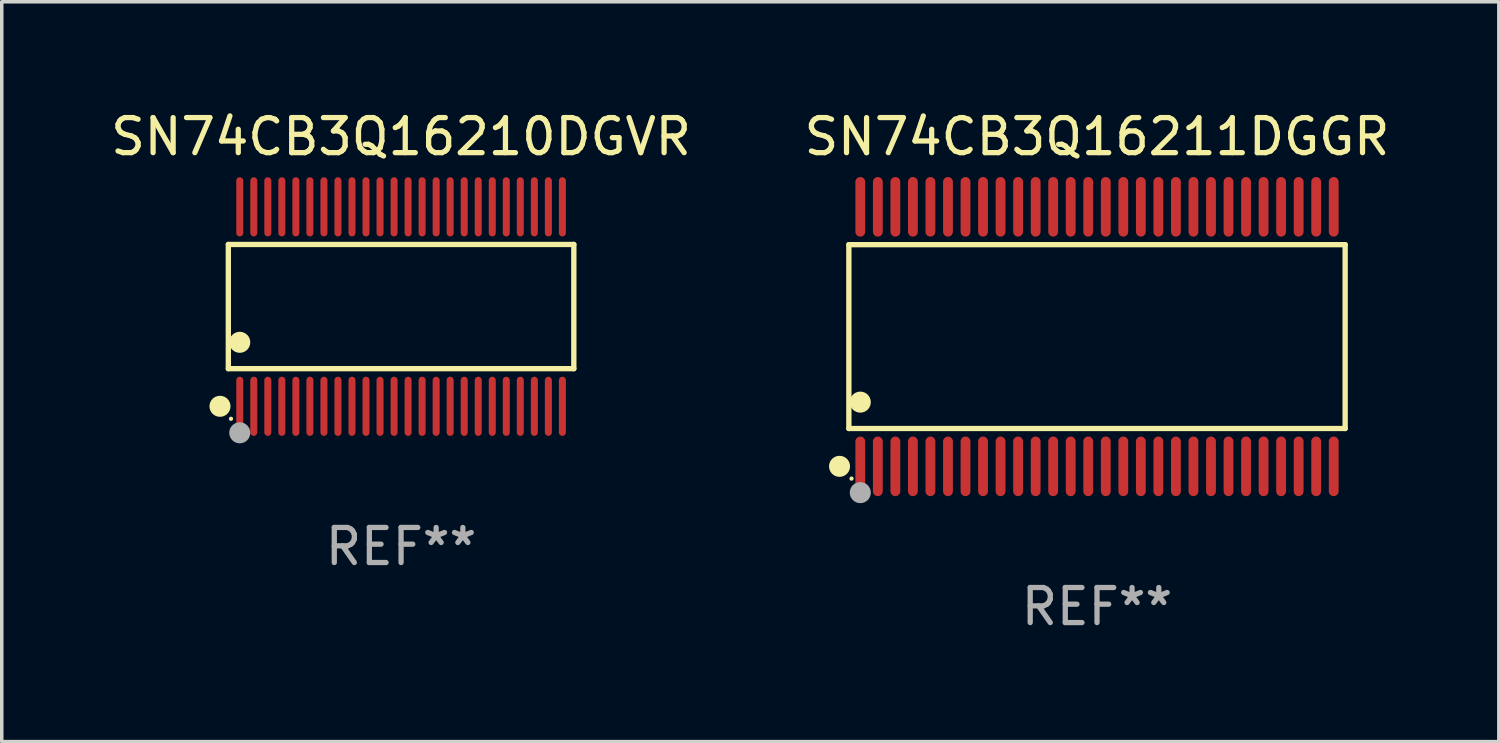
<source format=kicad_pcb>
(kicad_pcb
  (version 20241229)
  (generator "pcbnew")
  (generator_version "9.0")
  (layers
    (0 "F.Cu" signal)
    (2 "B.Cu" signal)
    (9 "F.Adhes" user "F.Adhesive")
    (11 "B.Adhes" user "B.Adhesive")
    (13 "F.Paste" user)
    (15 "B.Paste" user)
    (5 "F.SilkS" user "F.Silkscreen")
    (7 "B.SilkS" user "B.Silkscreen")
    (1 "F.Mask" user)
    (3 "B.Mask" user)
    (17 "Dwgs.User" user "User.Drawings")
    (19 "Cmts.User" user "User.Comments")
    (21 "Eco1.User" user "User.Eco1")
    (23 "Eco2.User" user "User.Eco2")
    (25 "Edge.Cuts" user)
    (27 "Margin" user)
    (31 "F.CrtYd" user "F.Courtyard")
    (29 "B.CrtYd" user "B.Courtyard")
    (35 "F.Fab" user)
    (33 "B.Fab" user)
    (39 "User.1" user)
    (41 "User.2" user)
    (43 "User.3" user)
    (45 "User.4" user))
  (footprint "SN74CB3Q16211DGGR"
    (layer "F.Cu")
    (at 28.232 6.548)
    (property "Reference" "SN74CB3Q16211DGGR" (at 0 -5.7 0) (layer "F.SilkS") (effects (font (size 1 1) (thickness 0.15))))
    (attr through_hole)
    (fp_line (start -7.076 -2.621) (end 7.076 -2.621) (stroke (width 0.152) (type solid)) (layer "F.SilkS"))
    (fp_line (start -7.076 2.621) (end -7.076 -2.621) (stroke (width 0.152) (type solid)) (layer "F.SilkS"))
    (fp_line (start 7.076 -2.621) (end 7.076 2.621) (stroke (width 0.152) (type solid)) (layer "F.SilkS"))
    (fp_line (start 7.076 2.621) (end -7.076 2.621) (stroke (width 0.152) (type solid)) (layer "F.SilkS"))
    (fp_circle (center -7.342 3.7) (end -7.192 3.7) (stroke (width 0.3) (type solid)) (fill no) (layer "F.SilkS"))
    (fp_circle (center -7 4.05) (end -6.97 4.05) (stroke (width 0.06) (type solid)) (fill no) (layer "F.SilkS"))
    (fp_circle (center -6.75 1.869) (end -6.6 1.869) (stroke (width 0.3) (type solid)) (fill no) (layer "F.SilkS"))
    (fp_circle (center -6.75 4.45) (end -6.6 4.45) (stroke (width 0.3) (type solid)) (fill no) (layer "F.Fab"))
    (fp_text user "REF**" (at 0 7.7 0) (layer "F.Fab") (effects (font (size 1 1) (thickness 0.15))))
    (pad "1" smd oval (at -6.75 3.7) (size 0.28 1.7) (layers "F.Cu" "F.Mask" "F.Paste"))
    (pad "2" smd oval (at -6.25 3.7) (size 0.28 1.7) (layers "F.Cu" "F.Mask" "F.Paste"))
    (pad "3" smd oval (at -5.75 3.7) (size 0.28 1.7) (layers "F.Cu" "F.Mask" "F.Paste"))
    (pad "4" smd oval (at -5.25 3.7) (size 0.28 1.7) (layers "F.Cu" "F.Mask" "F.Paste"))
    (pad "5" smd oval (at -4.75 3.7) (size 0.28 1.7) (layers "F.Cu" "F.Mask" "F.Paste"))
    (pad "6" smd oval (at -4.25 3.7) (size 0.28 1.7) (layers "F.Cu" "F.Mask" "F.Paste"))
    (pad "7" smd oval (at -3.75 3.7) (size 0.28 1.7) (layers "F.Cu" "F.Mask" "F.Paste"))
    (pad "8" smd oval (at -3.25 3.7) (size 0.28 1.7) (layers "F.Cu" "F.Mask" "F.Paste"))
    (pad "9" smd oval (at -2.75 3.7) (size 0.28 1.7) (layers "F.Cu" "F.Mask" "F.Paste"))
    (pad "10" smd oval (at -2.25 3.7) (size 0.28 1.7) (layers "F.Cu" "F.Mask" "F.Paste"))
    (pad "11" smd oval (at -1.75 3.7) (size 0.28 1.7) (layers "F.Cu" "F.Mask" "F.Paste"))
    (pad "12" smd oval (at -1.25 3.7) (size 0.28 1.7) (layers "F.Cu" "F.Mask" "F.Paste"))
    (pad "13" smd oval (at -0.75 3.7) (size 0.28 1.7) (layers "F.Cu" "F.Mask" "F.Paste"))
    (pad "14" smd oval (at -0.25 3.7) (size 0.28 1.7) (layers "F.Cu" "F.Mask" "F.Paste"))
    (pad "15" smd oval (at 0.25 3.7) (size 0.28 1.7) (layers "F.Cu" "F.Mask" "F.Paste"))
    (pad "16" smd oval (at 0.75 3.7) (size 0.28 1.7) (layers "F.Cu" "F.Mask" "F.Paste"))
    (pad "17" smd oval (at 1.25 3.7) (size 0.28 1.7) (layers "F.Cu" "F.Mask" "F.Paste"))
    (pad "18" smd oval (at 1.75 3.7) (size 0.28 1.7) (layers "F.Cu" "F.Mask" "F.Paste"))
    (pad "19" smd oval (at 2.25 3.7) (size 0.28 1.7) (layers "F.Cu" "F.Mask" "F.Paste"))
    (pad "20" smd oval (at 2.75 3.7) (size 0.28 1.7) (layers "F.Cu" "F.Mask" "F.Paste"))
    (pad "21" smd oval (at 3.25 3.7) (size 0.28 1.7) (layers "F.Cu" "F.Mask" "F.Paste"))
    (pad "22" smd oval (at 3.75 3.7) (size 0.28 1.7) (layers "F.Cu" "F.Mask" "F.Paste"))
    (pad "23" smd oval (at 4.25 3.7) (size 0.28 1.7) (layers "F.Cu" "F.Mask" "F.Paste"))
    (pad "24" smd oval (at 4.75 3.7) (size 0.28 1.7) (layers "F.Cu" "F.Mask" "F.Paste"))
    (pad "25" smd oval (at 5.25 3.7) (size 0.28 1.7) (layers "F.Cu" "F.Mask" "F.Paste"))
    (pad "26" smd oval (at 5.75 3.7) (size 0.28 1.7) (layers "F.Cu" "F.Mask" "F.Paste"))
    (pad "27" smd oval (at 6.25 3.7) (size 0.28 1.7) (layers "F.Cu" "F.Mask" "F.Paste"))
    (pad "28" smd oval (at 6.75 3.7) (size 0.28 1.7) (layers "F.Cu" "F.Mask" "F.Paste"))
    (pad "29" smd oval (at 6.75 -3.7) (size 0.28 1.7) (layers "F.Cu" "F.Mask" "F.Paste"))
    (pad "30" smd oval (at 6.25 -3.7) (size 0.28 1.7) (layers "F.Cu" "F.Mask" "F.Paste"))
    (pad "31" smd oval (at 5.75 -3.7) (size 0.28 1.7) (layers "F.Cu" "F.Mask" "F.Paste"))
    (pad "32" smd oval (at 5.25 -3.7) (size 0.28 1.7) (layers "F.Cu" "F.Mask" "F.Paste"))
    (pad "33" smd oval (at 4.75 -3.7) (size 0.28 1.7) (layers "F.Cu" "F.Mask" "F.Paste"))
    (pad "34" smd oval (at 4.25 -3.7) (size 0.28 1.7) (layers "F.Cu" "F.Mask" "F.Paste"))
    (pad "35" smd oval (at 3.75 -3.7) (size 0.28 1.7) (layers "F.Cu" "F.Mask" "F.Paste"))
    (pad "36" smd oval (at 3.25 -3.7) (size 0.28 1.7) (layers "F.Cu" "F.Mask" "F.Paste"))
    (pad "37" smd oval (at 2.75 -3.7) (size 0.28 1.7) (layers "F.Cu" "F.Mask" "F.Paste"))
    (pad "38" smd oval (at 2.25 -3.7) (size 0.28 1.7) (layers "F.Cu" "F.Mask" "F.Paste"))
    (pad "39" smd oval (at 1.75 -3.7) (size 0.28 1.7) (layers "F.Cu" "F.Mask" "F.Paste"))
    (pad "40" smd oval (at 1.25 -3.7) (size 0.28 1.7) (layers "F.Cu" "F.Mask" "F.Paste"))
    (pad "41" smd oval (at 0.75 -3.7) (size 0.28 1.7) (layers "F.Cu" "F.Mask" "F.Paste"))
    (pad "42" smd oval (at 0.25 -3.7) (size 0.28 1.7) (layers "F.Cu" "F.Mask" "F.Paste"))
    (pad "43" smd oval (at -0.25 -3.7) (size 0.28 1.7) (layers "F.Cu" "F.Mask" "F.Paste"))
    (pad "44" smd oval (at -0.75 -3.7) (size 0.28 1.7) (layers "F.Cu" "F.Mask" "F.Paste"))
    (pad "45" smd oval (at -1.25 -3.7) (size 0.28 1.7) (layers "F.Cu" "F.Mask" "F.Paste"))
    (pad "46" smd oval (at -1.75 -3.7) (size 0.28 1.7) (layers "F.Cu" "F.Mask" "F.Paste"))
    (pad "47" smd oval (at -2.25 -3.7) (size 0.28 1.7) (layers "F.Cu" "F.Mask" "F.Paste"))
    (pad "48" smd oval (at -2.75 -3.7) (size 0.28 1.7) (layers "F.Cu" "F.Mask" "F.Paste"))
    (pad "49" smd oval (at -3.25 -3.7) (size 0.28 1.7) (layers "F.Cu" "F.Mask" "F.Paste"))
    (pad "50" smd oval (at -3.75 -3.7) (size 0.28 1.7) (layers "F.Cu" "F.Mask" "F.Paste"))
    (pad "51" smd oval (at -4.25 -3.7) (size 0.28 1.7) (layers "F.Cu" "F.Mask" "F.Paste"))
    (pad "52" smd oval (at -4.75 -3.7) (size 0.28 1.7) (layers "F.Cu" "F.Mask" "F.Paste"))
    (pad "53" smd oval (at -5.25 -3.7) (size 0.28 1.7) (layers "F.Cu" "F.Mask" "F.Paste"))
    (pad "54" smd oval (at -5.75 -3.7) (size 0.28 1.7) (layers "F.Cu" "F.Mask" "F.Paste"))
    (pad "55" smd oval (at -6.25 -3.7) (size 0.28 1.7) (layers "F.Cu" "F.Mask" "F.Paste"))
    (pad "56" smd oval (at -6.75 -3.7) (size 0.28 1.7) (layers "F.Cu" "F.Mask" "F.Paste")))
  (footprint "SN74CB3Q16210DGVR"
    (layer "F.Cu")
    (at 8.387 5.692)
    (property "Reference" "SN74CB3Q16210DGVR" (at 0 -4.844 0) (layer "F.SilkS") (effects (font (size 1 1) (thickness 0.15))))
    (attr through_hole)
    (fp_line (start -4.926 -1.771) (end 4.926 -1.771) (stroke (width 0.152) (type solid)) (layer "F.SilkS"))
    (fp_line (start -4.926 1.771) (end -4.926 -1.771) (stroke (width 0.152) (type solid)) (layer "F.SilkS"))
    (fp_line (start 4.926 -1.771) (end 4.926 1.771) (stroke (width 0.152) (type solid)) (layer "F.SilkS"))
    (fp_line (start 4.926 1.771) (end -4.926 1.771) (stroke (width 0.152) (type solid)) (layer "F.SilkS"))
    (fp_circle (center -5.164 2.844) (end -5.014 2.844) (stroke (width 0.3) (type solid)) (fill no) (layer "F.SilkS"))
    (fp_circle (center -4.85 3.2) (end -4.82 3.2) (stroke (width 0.06) (type solid)) (fill no) (layer "F.SilkS"))
    (fp_circle (center -4.6 1.019) (end -4.45 1.019) (stroke (width 0.3) (type solid)) (fill no) (layer "F.SilkS"))
    (fp_circle (center -4.6 3.6) (end -4.45 3.6) (stroke (width 0.3) (type solid)) (fill no) (layer "F.Fab"))
    (fp_text user "REF**" (at 0 6.844 0) (layer "F.Fab") (effects (font (size 1 1) (thickness 0.15))))
    (pad "1" smd oval (at -4.6 2.844) (size 0.2 1.687) (layers "F.Cu" "F.Mask" "F.Paste"))
    (pad "2" smd oval (at -4.2 2.844) (size 0.2 1.687) (layers "F.Cu" "F.Mask" "F.Paste"))
    (pad "3" smd oval (at -3.8 2.844) (size 0.2 1.687) (layers "F.Cu" "F.Mask" "F.Paste"))
    (pad "4" smd oval (at -3.4 2.844) (size 0.2 1.687) (layers "F.Cu" "F.Mask" "F.Paste"))
    (pad "5" smd oval (at -3 2.844) (size 0.2 1.687) (layers "F.Cu" "F.Mask" "F.Paste"))
    (pad "6" smd oval (at -2.6 2.844) (size 0.2 1.687) (layers "F.Cu" "F.Mask" "F.Paste"))
    (pad "7" smd oval (at -2.2 2.844) (size 0.2 1.687) (layers "F.Cu" "F.Mask" "F.Paste"))
    (pad "8" smd oval (at -1.8 2.844) (size 0.2 1.687) (layers "F.Cu" "F.Mask" "F.Paste"))
    (pad "9" smd oval (at -1.4 2.844) (size 0.2 1.687) (layers "F.Cu" "F.Mask" "F.Paste"))
    (pad "10" smd oval (at -1 2.844) (size 0.2 1.687) (layers "F.Cu" "F.Mask" "F.Paste"))
    (pad "11" smd oval (at -0.6 2.844) (size 0.2 1.687) (layers "F.Cu" "F.Mask" "F.Paste"))
    (pad "12" smd oval (at -0.2 2.844) (size 0.2 1.687) (layers "F.Cu" "F.Mask" "F.Paste"))
    (pad "13" smd oval (at 0.2 2.844) (size 0.2 1.687) (layers "F.Cu" "F.Mask" "F.Paste"))
    (pad "14" smd oval (at 0.6 2.844) (size 0.2 1.687) (layers "F.Cu" "F.Mask" "F.Paste"))
    (pad "15" smd oval (at 1 2.844) (size 0.2 1.687) (layers "F.Cu" "F.Mask" "F.Paste"))
    (pad "16" smd oval (at 1.4 2.844) (size 0.2 1.687) (layers "F.Cu" "F.Mask" "F.Paste"))
    (pad "17" smd oval (at 1.8 2.844) (size 0.2 1.687) (layers "F.Cu" "F.Mask" "F.Paste"))
    (pad "18" smd oval (at 2.2 2.844) (size 0.2 1.687) (layers "F.Cu" "F.Mask" "F.Paste"))
    (pad "19" smd oval (at 2.6 2.844) (size 0.2 1.687) (layers "F.Cu" "F.Mask" "F.Paste"))
    (pad "20" smd oval (at 3 2.844) (size 0.2 1.687) (layers "F.Cu" "F.Mask" "F.Paste"))
    (pad "21" smd oval (at 3.4 2.844) (size 0.2 1.687) (layers "F.Cu" "F.Mask" "F.Paste"))
    (pad "22" smd oval (at 3.8 2.844) (size 0.2 1.687) (layers "F.Cu" "F.Mask" "F.Paste"))
    (pad "23" smd oval (at 4.2 2.844) (size 0.2 1.687) (layers "F.Cu" "F.Mask" "F.Paste"))
    (pad "24" smd oval (at 4.6 2.844) (size 0.2 1.687) (layers "F.Cu" "F.Mask" "F.Paste"))
    (pad "25" smd oval (at 4.6 -2.844) (size 0.2 1.687) (layers "F.Cu" "F.Mask" "F.Paste"))
    (pad "26" smd oval (at 4.2 -2.844) (size 0.2 1.687) (layers "F.Cu" "F.Mask" "F.Paste"))
    (pad "27" smd oval (at 3.8 -2.844) (size 0.2 1.687) (layers "F.Cu" "F.Mask" "F.Paste"))
    (pad "28" smd oval (at 3.4 -2.844) (size 0.2 1.687) (layers "F.Cu" "F.Mask" "F.Paste"))
    (pad "29" smd oval (at 3 -2.844) (size 0.2 1.687) (layers "F.Cu" "F.Mask" "F.Paste"))
    (pad "30" smd oval (at 2.6 -2.844) (size 0.2 1.687) (layers "F.Cu" "F.Mask" "F.Paste"))
    (pad "31" smd oval (at 2.2 -2.844) (size 0.2 1.687) (layers "F.Cu" "F.Mask" "F.Paste"))
    (pad "32" smd oval (at 1.8 -2.844) (size 0.2 1.687) (layers "F.Cu" "F.Mask" "F.Paste"))
    (pad "33" smd oval (at 1.4 -2.844) (size 0.2 1.687) (layers "F.Cu" "F.Mask" "F.Paste"))
    (pad "34" smd oval (at 1 -2.844) (size 0.2 1.687) (layers "F.Cu" "F.Mask" "F.Paste"))
    (pad "35" smd oval (at 0.6 -2.844) (size 0.2 1.687) (layers "F.Cu" "F.Mask" "F.Paste"))
    (pad "36" smd oval (at 0.2 -2.844) (size 0.2 1.687) (layers "F.Cu" "F.Mask" "F.Paste"))
    (pad "37" smd oval (at -0.2 -2.844) (size 0.2 1.687) (layers "F.Cu" "F.Mask" "F.Paste"))
    (pad "38" smd oval (at -0.6 -2.844) (size 0.2 1.687) (layers "F.Cu" "F.Mask" "F.Paste"))
    (pad "39" smd oval (at -1 -2.844) (size 0.2 1.687) (layers "F.Cu" "F.Mask" "F.Paste"))
    (pad "40" smd oval (at -1.4 -2.844) (size 0.2 1.687) (layers "F.Cu" "F.Mask" "F.Paste"))
    (pad "41" smd oval (at -1.8 -2.844) (size 0.2 1.687) (layers "F.Cu" "F.Mask" "F.Paste"))
    (pad "42" smd oval (at -2.2 -2.844) (size 0.2 1.687) (layers "F.Cu" "F.Mask" "F.Paste"))
    (pad "43" smd oval (at -2.6 -2.844) (size 0.2 1.687) (layers "F.Cu" "F.Mask" "F.Paste"))
    (pad "44" smd oval (at -3 -2.844) (size 0.2 1.687) (layers "F.Cu" "F.Mask" "F.Paste"))
    (pad "45" smd oval (at -3.4 -2.844) (size 0.2 1.687) (layers "F.Cu" "F.Mask" "F.Paste"))
    (pad "46" smd oval (at -3.8 -2.844) (size 0.2 1.687) (layers "F.Cu" "F.Mask" "F.Paste"))
    (pad "47" smd oval (at -4.2 -2.844) (size 0.2 1.687) (layers "F.Cu" "F.Mask" "F.Paste"))
    (pad "48" smd oval (at -4.6 -2.844) (size 0.2 1.687) (layers "F.Cu" "F.Mask" "F.Paste")))
  (gr_rect
    (start -3 -3)
    (end 39.69 18.097)
    (stroke (width 0.1) (type default))
    (fill no)
    (layer "Edge.Cuts")))
</source>
